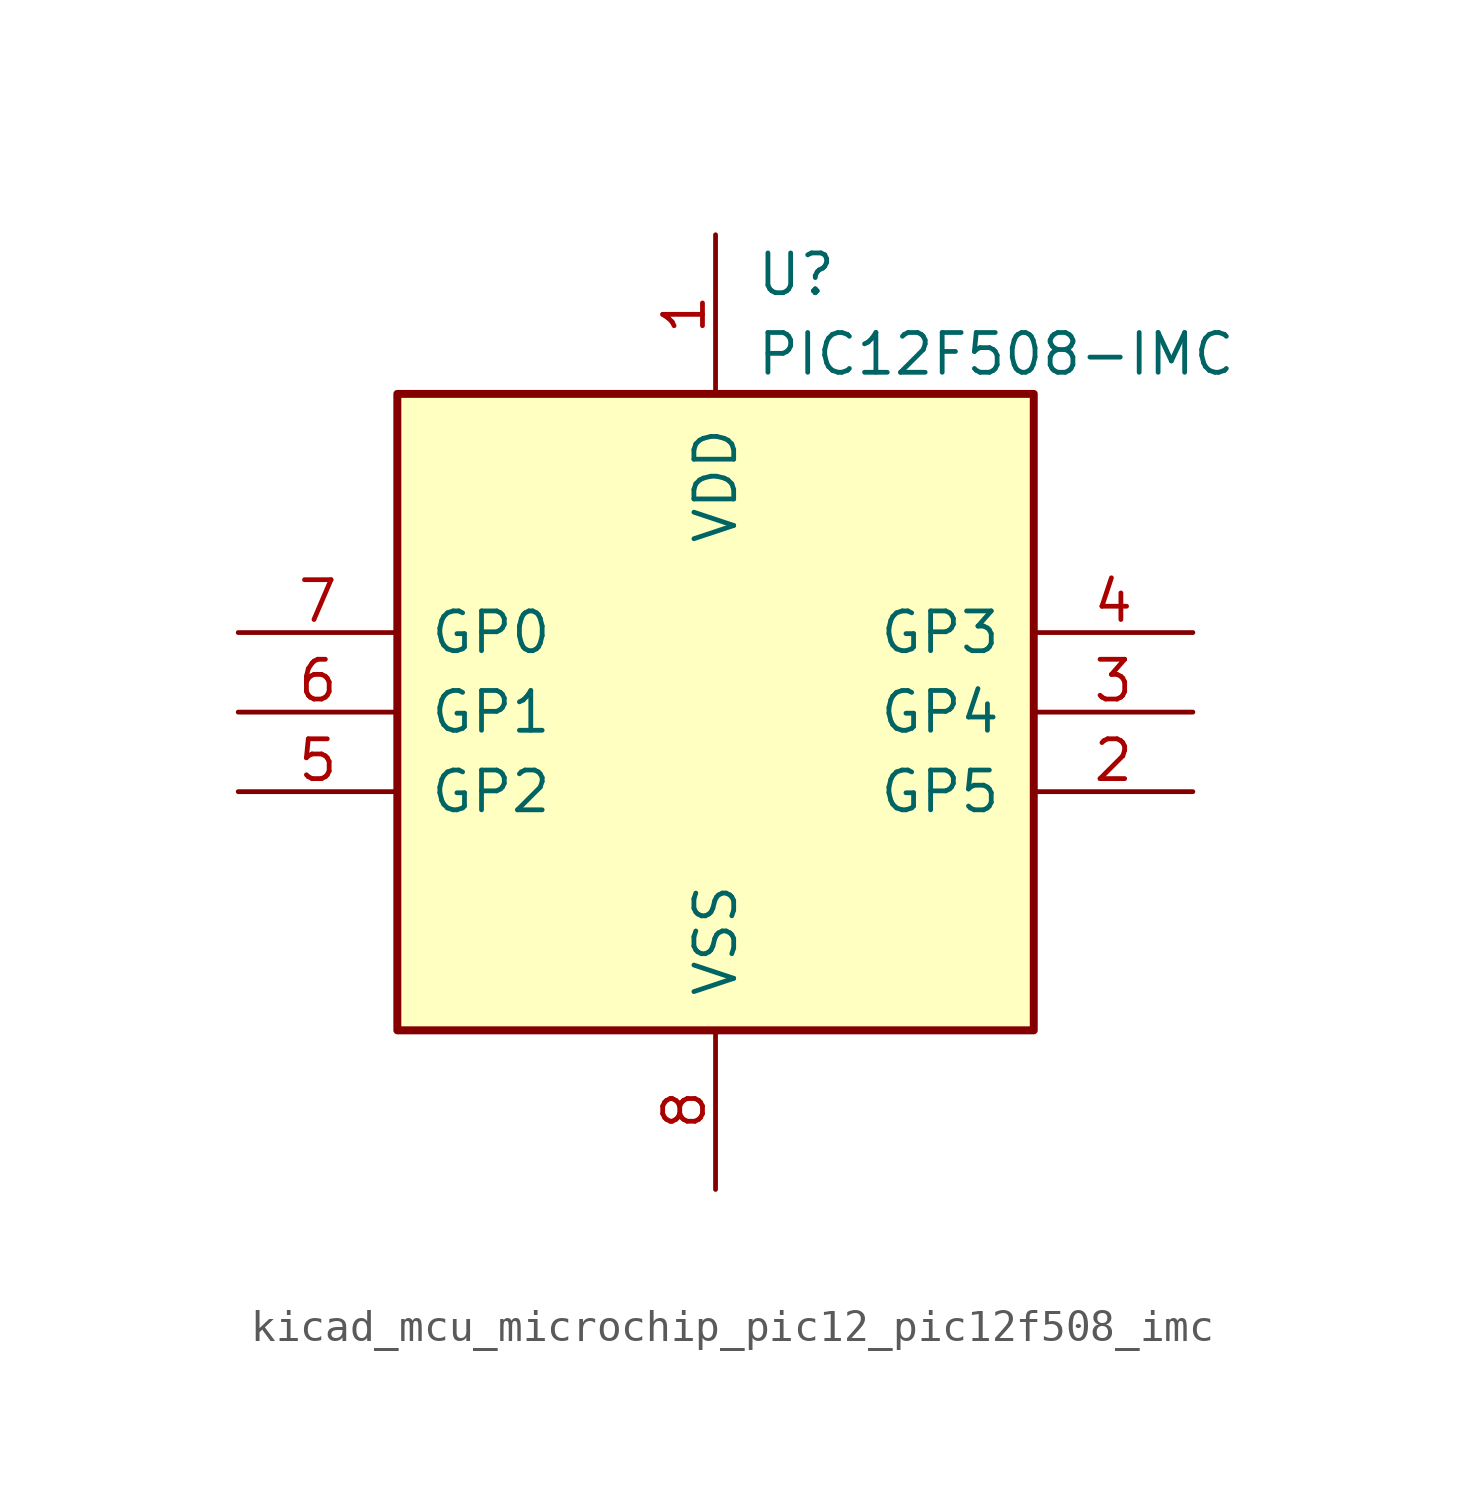
<source format=kicad_sym>
(kicad_symbol_lib
  (version 20220914)
  (generator kicad_symbol_editor)
  (symbol "kicad_mcu_microchip_pic12_pic12f508_imc"
    (pin_names
      (offset 1.016))
    (property "Reference" "U"
      (at 1.27 13.97 0)
      (effects (font (size 1.27 1.27)) (justify left)))
    (property "Value" "PIC12F508-IMC"
      (at 1.27 11.43 0)
      (effects (font (size 1.27 1.27)) (justify left)))
    (symbol "kicad_mcu_microchip_pic12_pic12f508_imc_0_1"
      (rectangle (start 10.16 -10.16) (end -10.16 10.16) (stroke (width 0.254) (type default)) (fill (type background))))
    (symbol "kicad_mcu_microchip_pic12_pic12f508_imc_1_1"
      (pin power_in line (at 0 15.24 270) (length 5.08) (name "VDD" (effects (font (size 1.27 1.27)))) (number "1" (effects (font (size 1.27 1.27)))))
      (pin bidirectional line (at 15.24 -2.54 180) (length 5.08) (name "GP5" (effects (font (size 1.27 1.27)))) (number "2" (effects (font (size 1.27 1.27)))))
      (pin bidirectional line (at 15.24 0 180) (length 5.08) (name "GP4" (effects (font (size 1.27 1.27)))) (number "3" (effects (font (size 1.27 1.27)))))
      (pin input line (at 15.24 2.54 180) (length 5.08) (name "GP3" (effects (font (size 1.27 1.27)))) (number "4" (effects (font (size 1.27 1.27)))))
      (pin bidirectional line (at -15.24 -2.54 0) (length 5.08) (name "GP2" (effects (font (size 1.27 1.27)))) (number "5" (effects (font (size 1.27 1.27)))))
      (pin bidirectional line (at -15.24 0 0) (length 5.08) (name "GP1" (effects (font (size 1.27 1.27)))) (number "6" (effects (font (size 1.27 1.27)))))
      (pin bidirectional line (at -15.24 2.54 0) (length 5.08) (name "GP0" (effects (font (size 1.27 1.27)))) (number "7" (effects (font (size 1.27 1.27)))))
      (pin power_in line (at 0 -15.24 90) (length 5.08) (name "VSS" (effects (font (size 1.27 1.27)))) (number "8" (effects (font (size 1.27 1.27))))))))
</source>
